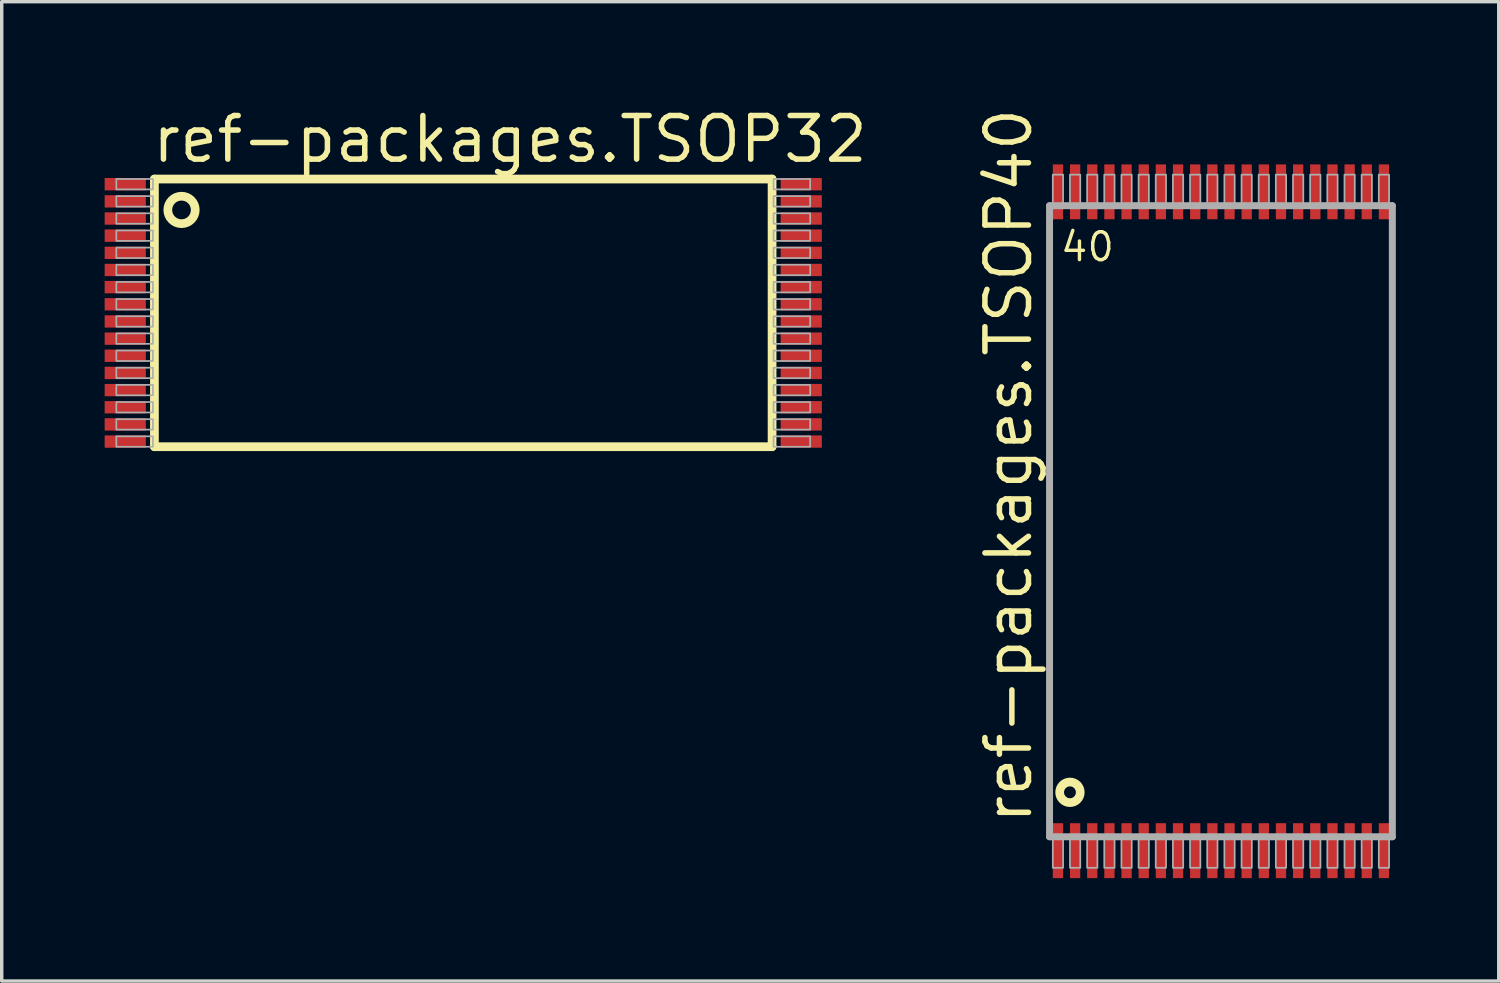
<source format=kicad_pcb>
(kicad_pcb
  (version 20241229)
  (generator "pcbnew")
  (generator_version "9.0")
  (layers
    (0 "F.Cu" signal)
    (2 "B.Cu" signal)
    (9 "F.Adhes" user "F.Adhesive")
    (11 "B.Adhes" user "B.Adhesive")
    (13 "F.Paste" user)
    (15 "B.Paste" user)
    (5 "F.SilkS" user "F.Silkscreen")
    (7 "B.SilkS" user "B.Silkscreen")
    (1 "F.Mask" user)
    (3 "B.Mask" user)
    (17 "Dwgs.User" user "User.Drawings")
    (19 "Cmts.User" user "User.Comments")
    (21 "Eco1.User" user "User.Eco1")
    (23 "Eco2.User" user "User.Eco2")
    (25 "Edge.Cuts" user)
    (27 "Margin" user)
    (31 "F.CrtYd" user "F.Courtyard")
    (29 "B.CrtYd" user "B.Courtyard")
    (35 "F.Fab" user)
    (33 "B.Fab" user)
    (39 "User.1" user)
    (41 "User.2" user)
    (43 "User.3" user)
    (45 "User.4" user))
  (footprint "ref-packages.TSOP32"
    (layer "F.Cu")
    (at 10.45 6.068)
    (property "Reference" "ref-packages.TSOP32" (at -9.144 -4.318 0) (layer "F.SilkS") (effects (font (size 1.27 1.27) (thickness 0.16)) (justify left bottom)))
    (attr smd)
    (fp_line (start -9 -3.9) (end 9 -3.9) (stroke (width 0.254) (type default)) (layer "F.SilkS"))
    (fp_line (start -9 3.9) (end -9 -3.9) (stroke (width 0.254) (type default)) (layer "F.SilkS"))
    (fp_line (start 9 -3.9) (end 9 3.9) (stroke (width 0.254) (type default)) (layer "F.SilkS"))
    (fp_line (start 9 3.9) (end -9 3.9) (stroke (width 0.254) (type default)) (layer "F.SilkS"))
    (fp_circle (center -8.21 -3) (end -7.81 -3) (stroke (width 0.254) (type default)) (fill no) (layer "F.SilkS"))
    (fp_rect (start -10.11 -3.598) (end -9.043 -3.902) (stroke (width 0.05) (type default)) (fill no) (layer "F.Fab"))
    (fp_rect (start -10.11 -3.098) (end -9.043 -3.402) (stroke (width 0.05) (type default)) (fill no) (layer "F.Fab"))
    (fp_rect (start -10.11 -2.598) (end -9.043 -2.902) (stroke (width 0.05) (type default)) (fill no) (layer "F.Fab"))
    (fp_rect (start -10.11 -2.098) (end -9.043 -2.402) (stroke (width 0.05) (type default)) (fill no) (layer "F.Fab"))
    (fp_rect (start -10.11 -1.598) (end -9.043 -1.902) (stroke (width 0.05) (type default)) (fill no) (layer "F.Fab"))
    (fp_rect (start -10.11 -1.098) (end -9.043 -1.402) (stroke (width 0.05) (type default)) (fill no) (layer "F.Fab"))
    (fp_rect (start -10.11 -0.598) (end -9.043 -0.902) (stroke (width 0.05) (type default)) (fill no) (layer "F.Fab"))
    (fp_rect (start -10.11 -0.098) (end -9.043 -0.402) (stroke (width 0.05) (type default)) (fill no) (layer "F.Fab"))
    (fp_rect (start -10.11 0.402) (end -9.043 0.098) (stroke (width 0.05) (type default)) (fill no) (layer "F.Fab"))
    (fp_rect (start -10.11 0.902) (end -9.043 0.598) (stroke (width 0.05) (type default)) (fill no) (layer "F.Fab"))
    (fp_rect (start -10.11 1.402) (end -9.043 1.098) (stroke (width 0.05) (type default)) (fill no) (layer "F.Fab"))
    (fp_rect (start -10.11 1.902) (end -9.043 1.598) (stroke (width 0.05) (type default)) (fill no) (layer "F.Fab"))
    (fp_rect (start -10.11 2.402) (end -9.043 2.098) (stroke (width 0.05) (type default)) (fill no) (layer "F.Fab"))
    (fp_rect (start -10.11 2.902) (end -9.043 2.598) (stroke (width 0.05) (type default)) (fill no) (layer "F.Fab"))
    (fp_rect (start -10.11 3.402) (end -9.043 3.098) (stroke (width 0.05) (type default)) (fill no) (layer "F.Fab"))
    (fp_rect (start -10.11 3.902) (end -9.043 3.598) (stroke (width 0.05) (type default)) (fill no) (layer "F.Fab"))
    (fp_rect (start 9.043 -3.598) (end 10.11 -3.902) (stroke (width 0.05) (type default)) (fill no) (layer "F.Fab"))
    (fp_rect (start 9.043 -3.098) (end 10.11 -3.402) (stroke (width 0.05) (type default)) (fill no) (layer "F.Fab"))
    (fp_rect (start 9.043 -2.598) (end 10.11 -2.902) (stroke (width 0.05) (type default)) (fill no) (layer "F.Fab"))
    (fp_rect (start 9.043 -2.098) (end 10.11 -2.402) (stroke (width 0.05) (type default)) (fill no) (layer "F.Fab"))
    (fp_rect (start 9.043 -1.598) (end 10.11 -1.902) (stroke (width 0.05) (type default)) (fill no) (layer "F.Fab"))
    (fp_rect (start 9.043 -1.098) (end 10.11 -1.402) (stroke (width 0.05) (type default)) (fill no) (layer "F.Fab"))
    (fp_rect (start 9.043 -0.598) (end 10.11 -0.902) (stroke (width 0.05) (type default)) (fill no) (layer "F.Fab"))
    (fp_rect (start 9.043 -0.098) (end 10.11 -0.402) (stroke (width 0.05) (type default)) (fill no) (layer "F.Fab"))
    (fp_rect (start 9.043 0.402) (end 10.11 0.098) (stroke (width 0.05) (type default)) (fill no) (layer "F.Fab"))
    (fp_rect (start 9.043 0.902) (end 10.11 0.598) (stroke (width 0.05) (type default)) (fill no) (layer "F.Fab"))
    (fp_rect (start 9.043 1.402) (end 10.11 1.098) (stroke (width 0.05) (type default)) (fill no) (layer "F.Fab"))
    (fp_rect (start 9.043 1.902) (end 10.11 1.598) (stroke (width 0.05) (type default)) (fill no) (layer "F.Fab"))
    (fp_rect (start 9.043 2.402) (end 10.11 2.098) (stroke (width 0.05) (type default)) (fill no) (layer "F.Fab"))
    (fp_rect (start 9.043 2.902) (end 10.11 2.598) (stroke (width 0.05) (type default)) (fill no) (layer "F.Fab"))
    (fp_rect (start 9.043 3.402) (end 10.11 3.098) (stroke (width 0.05) (type default)) (fill no) (layer "F.Fab"))
    (fp_rect (start 9.043 3.902) (end 10.11 3.598) (stroke (width 0.05) (type default)) (fill no) (layer "F.Fab"))
    (pad "1" smd roundrect (at -9.85 -3.75) (size 1.2 0.36) (layers "F.Cu" "F.Mask" "F.Paste") (roundrect_rratio 0.01))
    (pad "2" smd roundrect (at -9.85 -3.25) (size 1.2 0.36) (layers "F.Cu" "F.Mask" "F.Paste") (roundrect_rratio 0.01))
    (pad "3" smd roundrect (at -9.85 -2.75) (size 1.2 0.36) (layers "F.Cu" "F.Mask" "F.Paste") (roundrect_rratio 0.01))
    (pad "4" smd roundrect (at -9.85 -2.25) (size 1.2 0.36) (layers "F.Cu" "F.Mask" "F.Paste") (roundrect_rratio 0.01))
    (pad "5" smd roundrect (at -9.85 -1.75) (size 1.2 0.36) (layers "F.Cu" "F.Mask" "F.Paste") (roundrect_rratio 0.01))
    (pad "6" smd roundrect (at -9.85 -1.25) (size 1.2 0.36) (layers "F.Cu" "F.Mask" "F.Paste") (roundrect_rratio 0.01))
    (pad "7" smd roundrect (at -9.85 -0.75) (size 1.2 0.36) (layers "F.Cu" "F.Mask" "F.Paste") (roundrect_rratio 0.01))
    (pad "8" smd roundrect (at -9.85 -0.25) (size 1.2 0.36) (layers "F.Cu" "F.Mask" "F.Paste") (roundrect_rratio 0.01))
    (pad "9" smd roundrect (at -9.85 0.25) (size 1.2 0.36) (layers "F.Cu" "F.Mask" "F.Paste") (roundrect_rratio 0.01))
    (pad "10" smd roundrect (at -9.85 0.75) (size 1.2 0.36) (layers "F.Cu" "F.Mask" "F.Paste") (roundrect_rratio 0.01))
    (pad "11" smd roundrect (at -9.85 1.25) (size 1.2 0.36) (layers "F.Cu" "F.Mask" "F.Paste") (roundrect_rratio 0.01))
    (pad "12" smd roundrect (at -9.85 1.75) (size 1.2 0.36) (layers "F.Cu" "F.Mask" "F.Paste") (roundrect_rratio 0.01))
    (pad "13" smd roundrect (at -9.85 2.25) (size 1.2 0.36) (layers "F.Cu" "F.Mask" "F.Paste") (roundrect_rratio 0.01))
    (pad "14" smd roundrect (at -9.85 2.75) (size 1.2 0.36) (layers "F.Cu" "F.Mask" "F.Paste") (roundrect_rratio 0.01))
    (pad "15" smd roundrect (at -9.85 3.25) (size 1.2 0.36) (layers "F.Cu" "F.Mask" "F.Paste") (roundrect_rratio 0.01))
    (pad "16" smd roundrect (at -9.85 3.75) (size 1.2 0.36) (layers "F.Cu" "F.Mask" "F.Paste") (roundrect_rratio 0.01))
    (pad "17" smd roundrect (at 9.85 3.75) (size 1.2 0.36) (layers "F.Cu" "F.Mask" "F.Paste") (roundrect_rratio 0.01))
    (pad "18" smd roundrect (at 9.85 3.25) (size 1.2 0.36) (layers "F.Cu" "F.Mask" "F.Paste") (roundrect_rratio 0.01))
    (pad "19" smd roundrect (at 9.85 2.75) (size 1.2 0.36) (layers "F.Cu" "F.Mask" "F.Paste") (roundrect_rratio 0.01))
    (pad "20" smd roundrect (at 9.85 2.25) (size 1.2 0.36) (layers "F.Cu" "F.Mask" "F.Paste") (roundrect_rratio 0.01))
    (pad "21" smd roundrect (at 9.85 1.75) (size 1.2 0.36) (layers "F.Cu" "F.Mask" "F.Paste") (roundrect_rratio 0.01))
    (pad "22" smd roundrect (at 9.85 1.25) (size 1.2 0.36) (layers "F.Cu" "F.Mask" "F.Paste") (roundrect_rratio 0.01))
    (pad "23" smd roundrect (at 9.85 0.75) (size 1.2 0.36) (layers "F.Cu" "F.Mask" "F.Paste") (roundrect_rratio 0.01))
    (pad "24" smd roundrect (at 9.85 0.25) (size 1.2 0.36) (layers "F.Cu" "F.Mask" "F.Paste") (roundrect_rratio 0.01))
    (pad "25" smd roundrect (at 9.85 -0.25) (size 1.2 0.36) (layers "F.Cu" "F.Mask" "F.Paste") (roundrect_rratio 0.01))
    (pad "26" smd roundrect (at 9.85 -0.75) (size 1.2 0.36) (layers "F.Cu" "F.Mask" "F.Paste") (roundrect_rratio 0.01))
    (pad "27" smd roundrect (at 9.85 -1.25) (size 1.2 0.36) (layers "F.Cu" "F.Mask" "F.Paste") (roundrect_rratio 0.01))
    (pad "28" smd roundrect (at 9.85 -1.75) (size 1.2 0.36) (layers "F.Cu" "F.Mask" "F.Paste") (roundrect_rratio 0.01))
    (pad "29" smd roundrect (at 9.85 -2.25) (size 1.2 0.36) (layers "F.Cu" "F.Mask" "F.Paste") (roundrect_rratio 0.01))
    (pad "30" smd roundrect (at 9.85 -2.75) (size 1.2 0.36) (layers "F.Cu" "F.Mask" "F.Paste") (roundrect_rratio 0.01))
    (pad "31" smd roundrect (at 9.85 -3.25) (size 1.2 0.36) (layers "F.Cu" "F.Mask" "F.Paste") (roundrect_rratio 0.01))
    (pad "32" smd roundrect (at 9.85 -3.75) (size 1.2 0.36) (layers "F.Cu" "F.Mask" "F.Paste") (roundrect_rratio 0.01)))
  (footprint "ref-packages.TSOP40"
    (layer "F.Cu")
    (at 32.531 12.14)
    (property "Reference" "ref-packages.TSOP40" (at -5.445 8.89 90) (layer "F.SilkS") (effects (font (size 1.27 1.27) (thickness 0.16)) (justify left bottom)))
    (attr smd)
    (fp_circle (center -4.4 7.9) (end -4.1 7.9) (stroke (width 0.254) (type default)) (fill no) (layer "F.SilkS"))
    (fp_line (start -4.995 -9.195) (end 4.995 -9.195) (stroke (width 0.203) (type default)) (layer "F.Fab"))
    (fp_line (start -4.995 9.195) (end -4.995 -9.195) (stroke (width 0.203) (type default)) (layer "F.Fab"))
    (fp_line (start 4.995 -9.195) (end 4.995 9.195) (stroke (width 0.203) (type default)) (layer "F.Fab"))
    (fp_line (start 4.995 9.195) (end -4.995 9.195) (stroke (width 0.203) (type default)) (layer "F.Fab"))
    (fp_rect (start -4.9 -9.25) (end -4.6 -10.1) (stroke (width 0.05) (type default)) (fill no) (layer "F.Fab"))
    (fp_rect (start -4.9 10.1) (end -4.6 9.25) (stroke (width 0.05) (type default)) (fill no) (layer "F.Fab"))
    (fp_rect (start -4.4 -9.25) (end -4.1 -10.1) (stroke (width 0.05) (type default)) (fill no) (layer "F.Fab"))
    (fp_rect (start -4.4 10.1) (end -4.1 9.25) (stroke (width 0.05) (type default)) (fill no) (layer "F.Fab"))
    (fp_rect (start -3.9 -9.25) (end -3.6 -10.1) (stroke (width 0.05) (type default)) (fill no) (layer "F.Fab"))
    (fp_rect (start -3.9 10.1) (end -3.6 9.25) (stroke (width 0.05) (type default)) (fill no) (layer "F.Fab"))
    (fp_rect (start -3.4 -9.25) (end -3.1 -10.1) (stroke (width 0.05) (type default)) (fill no) (layer "F.Fab"))
    (fp_rect (start -3.4 10.1) (end -3.1 9.25) (stroke (width 0.05) (type default)) (fill no) (layer "F.Fab"))
    (fp_rect (start -2.9 -9.25) (end -2.6 -10.1) (stroke (width 0.05) (type default)) (fill no) (layer "F.Fab"))
    (fp_rect (start -2.9 10.1) (end -2.6 9.25) (stroke (width 0.05) (type default)) (fill no) (layer "F.Fab"))
    (fp_rect (start -2.4 -9.25) (end -2.1 -10.1) (stroke (width 0.05) (type default)) (fill no) (layer "F.Fab"))
    (fp_rect (start -2.4 10.1) (end -2.1 9.25) (stroke (width 0.05) (type default)) (fill no) (layer "F.Fab"))
    (fp_rect (start -1.9 -9.25) (end -1.6 -10.1) (stroke (width 0.05) (type default)) (fill no) (layer "F.Fab"))
    (fp_rect (start -1.9 10.1) (end -1.6 9.25) (stroke (width 0.05) (type default)) (fill no) (layer "F.Fab"))
    (fp_rect (start -1.4 -9.25) (end -1.1 -10.1) (stroke (width 0.05) (type default)) (fill no) (layer "F.Fab"))
    (fp_rect (start -1.4 10.1) (end -1.1 9.25) (stroke (width 0.05) (type default)) (fill no) (layer "F.Fab"))
    (fp_rect (start -0.9 -9.25) (end -0.6 -10.1) (stroke (width 0.05) (type default)) (fill no) (layer "F.Fab"))
    (fp_rect (start -0.9 10.1) (end -0.6 9.25) (stroke (width 0.05) (type default)) (fill no) (layer "F.Fab"))
    (fp_rect (start -0.4 -9.25) (end -0.1 -10.1) (stroke (width 0.05) (type default)) (fill no) (layer "F.Fab"))
    (fp_rect (start -0.4 10.1) (end -0.1 9.25) (stroke (width 0.05) (type default)) (fill no) (layer "F.Fab"))
    (fp_rect (start 0.1 -9.25) (end 0.4 -10.1) (stroke (width 0.05) (type default)) (fill no) (layer "F.Fab"))
    (fp_rect (start 0.1 10.1) (end 0.4 9.25) (stroke (width 0.05) (type default)) (fill no) (layer "F.Fab"))
    (fp_rect (start 0.6 -9.25) (end 0.9 -10.1) (stroke (width 0.05) (type default)) (fill no) (layer "F.Fab"))
    (fp_rect (start 0.6 10.1) (end 0.9 9.25) (stroke (width 0.05) (type default)) (fill no) (layer "F.Fab"))
    (fp_rect (start 1.1 -9.25) (end 1.4 -10.1) (stroke (width 0.05) (type default)) (fill no) (layer "F.Fab"))
    (fp_rect (start 1.1 10.1) (end 1.4 9.25) (stroke (width 0.05) (type default)) (fill no) (layer "F.Fab"))
    (fp_rect (start 1.6 -9.25) (end 1.9 -10.1) (stroke (width 0.05) (type default)) (fill no) (layer "F.Fab"))
    (fp_rect (start 1.6 10.1) (end 1.9 9.25) (stroke (width 0.05) (type default)) (fill no) (layer "F.Fab"))
    (fp_rect (start 2.1 -9.25) (end 2.4 -10.1) (stroke (width 0.05) (type default)) (fill no) (layer "F.Fab"))
    (fp_rect (start 2.1 10.1) (end 2.4 9.25) (stroke (width 0.05) (type default)) (fill no) (layer "F.Fab"))
    (fp_rect (start 2.6 -9.25) (end 2.9 -10.1) (stroke (width 0.05) (type default)) (fill no) (layer "F.Fab"))
    (fp_rect (start 2.6 10.1) (end 2.9 9.25) (stroke (width 0.05) (type default)) (fill no) (layer "F.Fab"))
    (fp_rect (start 3.1 -9.25) (end 3.4 -10.1) (stroke (width 0.05) (type default)) (fill no) (layer "F.Fab"))
    (fp_rect (start 3.1 10.1) (end 3.4 9.25) (stroke (width 0.05) (type default)) (fill no) (layer "F.Fab"))
    (fp_rect (start 3.6 -9.25) (end 3.9 -10.1) (stroke (width 0.05) (type default)) (fill no) (layer "F.Fab"))
    (fp_rect (start 3.6 10.1) (end 3.9 9.25) (stroke (width 0.05) (type default)) (fill no) (layer "F.Fab"))
    (fp_rect (start 4.1 -9.25) (end 4.4 -10.1) (stroke (width 0.05) (type default)) (fill no) (layer "F.Fab"))
    (fp_rect (start 4.1 10.1) (end 4.4 9.25) (stroke (width 0.05) (type default)) (fill no) (layer "F.Fab"))
    (fp_rect (start 4.6 -9.25) (end 4.9 -10.1) (stroke (width 0.05) (type default)) (fill no) (layer "F.Fab"))
    (fp_rect (start 4.6 10.1) (end 4.9 9.25) (stroke (width 0.05) (type default)) (fill no) (layer "F.Fab"))
    (fp_text user "40" (at -4.731 -7.52 0) (layer "F.SilkS") (effects (font (size 0.813 0.813) (thickness 0.1)) (justify left bottom)))
    (pad "1" smd roundrect (at -4.75 9.6) (size 0.3 1.6) (layers "F.Cu" "F.Mask" "F.Paste") (roundrect_rratio 0.01))
    (pad "2" smd roundrect (at -4.25 9.6) (size 0.3 1.6) (layers "F.Cu" "F.Mask" "F.Paste") (roundrect_rratio 0.01))
    (pad "3" smd roundrect (at -3.75 9.6) (size 0.3 1.6) (layers "F.Cu" "F.Mask" "F.Paste") (roundrect_rratio 0.01))
    (pad "4" smd roundrect (at -3.25 9.6) (size 0.3 1.6) (layers "F.Cu" "F.Mask" "F.Paste") (roundrect_rratio 0.01))
    (pad "5" smd roundrect (at -2.75 9.6) (size 0.3 1.6) (layers "F.Cu" "F.Mask" "F.Paste") (roundrect_rratio 0.01))
    (pad "6" smd roundrect (at -2.25 9.6) (size 0.3 1.6) (layers "F.Cu" "F.Mask" "F.Paste") (roundrect_rratio 0.01))
    (pad "7" smd roundrect (at -1.75 9.6) (size 0.3 1.6) (layers "F.Cu" "F.Mask" "F.Paste") (roundrect_rratio 0.01))
    (pad "8" smd roundrect (at -1.25 9.6) (size 0.3 1.6) (layers "F.Cu" "F.Mask" "F.Paste") (roundrect_rratio 0.01))
    (pad "9" smd roundrect (at -0.75 9.6) (size 0.3 1.6) (layers "F.Cu" "F.Mask" "F.Paste") (roundrect_rratio 0.01))
    (pad "10" smd roundrect (at -0.25 9.6) (size 0.3 1.6) (layers "F.Cu" "F.Mask" "F.Paste") (roundrect_rratio 0.01))
    (pad "11" smd roundrect (at 0.25 9.6) (size 0.3 1.6) (layers "F.Cu" "F.Mask" "F.Paste") (roundrect_rratio 0.01))
    (pad "12" smd roundrect (at 0.75 9.6) (size 0.3 1.6) (layers "F.Cu" "F.Mask" "F.Paste") (roundrect_rratio 0.01))
    (pad "13" smd roundrect (at 1.25 9.6) (size 0.3 1.6) (layers "F.Cu" "F.Mask" "F.Paste") (roundrect_rratio 0.01))
    (pad "14" smd roundrect (at 1.75 9.6) (size 0.3 1.6) (layers "F.Cu" "F.Mask" "F.Paste") (roundrect_rratio 0.01))
    (pad "15" smd roundrect (at 2.25 9.6) (size 0.3 1.6) (layers "F.Cu" "F.Mask" "F.Paste") (roundrect_rratio 0.01))
    (pad "16" smd roundrect (at 2.75 9.6) (size 0.3 1.6) (layers "F.Cu" "F.Mask" "F.Paste") (roundrect_rratio 0.01))
    (pad "17" smd roundrect (at 3.25 9.6) (size 0.3 1.6) (layers "F.Cu" "F.Mask" "F.Paste") (roundrect_rratio 0.01))
    (pad "18" smd roundrect (at 3.75 9.6) (size 0.3 1.6) (layers "F.Cu" "F.Mask" "F.Paste") (roundrect_rratio 0.01))
    (pad "19" smd roundrect (at 4.25 9.6) (size 0.3 1.6) (layers "F.Cu" "F.Mask" "F.Paste") (roundrect_rratio 0.01))
    (pad "20" smd roundrect (at 4.75 9.6) (size 0.3 1.6) (layers "F.Cu" "F.Mask" "F.Paste") (roundrect_rratio 0.01))
    (pad "21" smd roundrect (at 4.75 -9.6) (size 0.3 1.6) (layers "F.Cu" "F.Mask" "F.Paste") (roundrect_rratio 0.01))
    (pad "22" smd roundrect (at 4.25 -9.6) (size 0.3 1.6) (layers "F.Cu" "F.Mask" "F.Paste") (roundrect_rratio 0.01))
    (pad "23" smd roundrect (at 3.75 -9.6) (size 0.3 1.6) (layers "F.Cu" "F.Mask" "F.Paste") (roundrect_rratio 0.01))
    (pad "24" smd roundrect (at 3.25 -9.6) (size 0.3 1.6) (layers "F.Cu" "F.Mask" "F.Paste") (roundrect_rratio 0.01))
    (pad "25" smd roundrect (at 2.75 -9.6) (size 0.3 1.6) (layers "F.Cu" "F.Mask" "F.Paste") (roundrect_rratio 0.01))
    (pad "26" smd roundrect (at 2.25 -9.6) (size 0.3 1.6) (layers "F.Cu" "F.Mask" "F.Paste") (roundrect_rratio 0.01))
    (pad "27" smd roundrect (at 1.75 -9.6) (size 0.3 1.6) (layers "F.Cu" "F.Mask" "F.Paste") (roundrect_rratio 0.01))
    (pad "28" smd roundrect (at 1.25 -9.6) (size 0.3 1.6) (layers "F.Cu" "F.Mask" "F.Paste") (roundrect_rratio 0.01))
    (pad "29" smd roundrect (at 0.75 -9.6) (size 0.3 1.6) (layers "F.Cu" "F.Mask" "F.Paste") (roundrect_rratio 0.01))
    (pad "30" smd roundrect (at 0.25 -9.6) (size 0.3 1.6) (layers "F.Cu" "F.Mask" "F.Paste") (roundrect_rratio 0.01))
    (pad "31" smd roundrect (at -0.25 -9.6) (size 0.3 1.6) (layers "F.Cu" "F.Mask" "F.Paste") (roundrect_rratio 0.01))
    (pad "32" smd roundrect (at -0.75 -9.6) (size 0.3 1.6) (layers "F.Cu" "F.Mask" "F.Paste") (roundrect_rratio 0.01))
    (pad "33" smd roundrect (at -1.25 -9.6) (size 0.3 1.6) (layers "F.Cu" "F.Mask" "F.Paste") (roundrect_rratio 0.01))
    (pad "34" smd roundrect (at -1.75 -9.6) (size 0.3 1.6) (layers "F.Cu" "F.Mask" "F.Paste") (roundrect_rratio 0.01))
    (pad "35" smd roundrect (at -2.25 -9.6) (size 0.3 1.6) (layers "F.Cu" "F.Mask" "F.Paste") (roundrect_rratio 0.01))
    (pad "36" smd roundrect (at -2.75 -9.6) (size 0.3 1.6) (layers "F.Cu" "F.Mask" "F.Paste") (roundrect_rratio 0.01))
    (pad "37" smd roundrect (at -3.25 -9.6) (size 0.3 1.6) (layers "F.Cu" "F.Mask" "F.Paste") (roundrect_rratio 0.01))
    (pad "38" smd roundrect (at -3.75 -9.6) (size 0.3 1.6) (layers "F.Cu" "F.Mask" "F.Paste") (roundrect_rratio 0.01))
    (pad "39" smd roundrect (at -4.25 -9.6) (size 0.3 1.6) (layers "F.Cu" "F.Mask" "F.Paste") (roundrect_rratio 0.01))
    (pad "40" smd roundrect (at -4.75 -9.6) (size 0.3 1.6) (layers "F.Cu" "F.Mask" "F.Paste") (roundrect_rratio 0.01)))
  (gr_rect
    (start -3 -3)
    (end 40.627 25.54)
    (stroke (width 0.1) (type default))
    (fill no)
    (layer "Edge.Cuts")))
</source>
